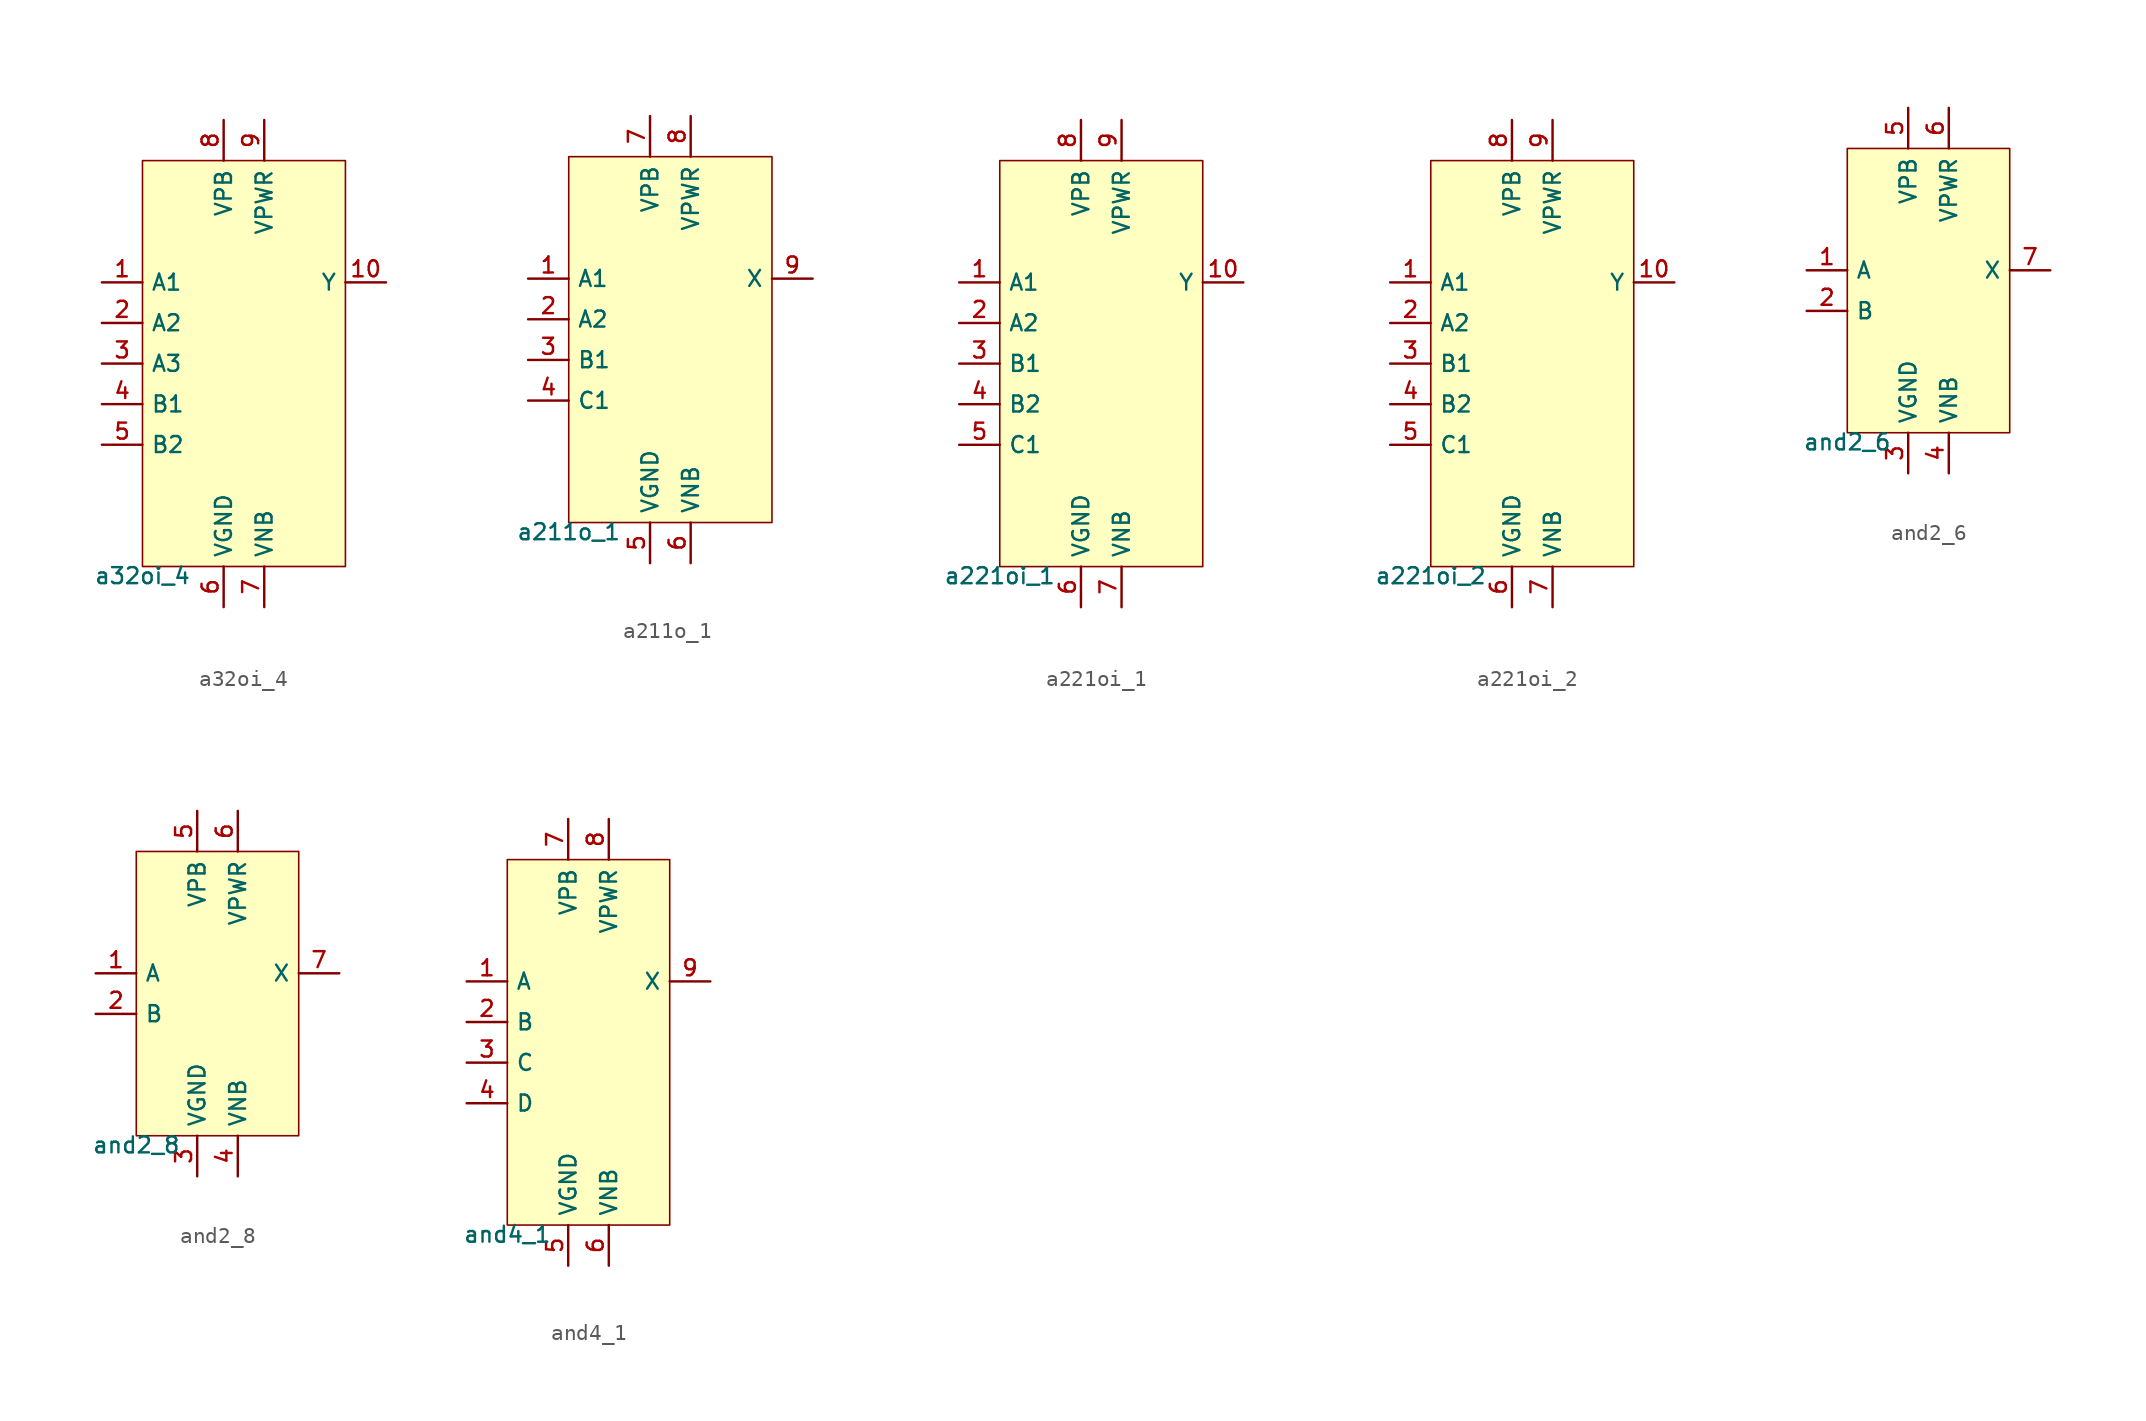
<source format=kicad_sym>
(kicad_symbol_lib
  (version 20211014)
  (generator pdk2kicad)
  (symbol "a32oi_4"
    (property "Reference" "X"
      (at 0 0 0)
      (effects (font (size 1 1)) hide))
    (property "Value" "a32oi_4"
      (at -6.35 -12.7 0)
      (effects (font (size 1 1)) (justify top)))
    (rectangle
      (start -6.35 -12.7)
      (end 6.35 12.7)
      (stroke (width 0.1) (type solid) (color 0 0 0 0))
      (fill (type background)))
    (pin input line
      (at -8.89 5.08 0)
      (length 2.54)
      (name "A1" (effects (font (size 1 1)) hide))
      (number "1" (effects (font (size 1 1)) hide)))
    (pin input line
      (at -8.89 2.54 0)
      (length 2.54)
      (name "A2" (effects (font (size 1 1)) hide))
      (number "2" (effects (font (size 1 1)) hide)))
    (pin input line
      (at -8.89 -8.881784197001252e-16 0)
      (length 2.54)
      (name "A3" (effects (font (size 1 1)) hide))
      (number "3" (effects (font (size 1 1)) hide)))
    (pin input line
      (at -8.89 -2.54 0)
      (length 2.54)
      (name "B1" (effects (font (size 1 1)) hide))
      (number "4" (effects (font (size 1 1)) hide)))
    (pin input line
      (at -8.89 -5.08 0)
      (length 2.54)
      (name "B2" (effects (font (size 1 1)) hide))
      (number "5" (effects (font (size 1 1)) hide)))
    (pin power_in line
      (at -1.27 -15.24 90)
      (length 2.54)
      (name "VGND" (effects (font (size 1 1)) hide))
      (number "6" (effects (font (size 1 1)) hide)))
    (pin power_in line
      (at 1.27 -15.24 90)
      (length 2.54)
      (name "VNB" (effects (font (size 1 1)) hide))
      (number "7" (effects (font (size 1 1)) hide)))
    (pin power_in line
      (at -1.27 15.24 270)
      (length 2.54)
      (name "VPB" (effects (font (size 1 1)) hide))
      (number "8" (effects (font (size 1 1)) hide)))
    (pin power_in line
      (at 1.27 15.24 270)
      (length 2.54)
      (name "VPWR" (effects (font (size 1 1)) hide))
      (number "9" (effects (font (size 1 1)) hide)))
    (pin output line
      (at 8.89 5.08 180)
      (length 2.54)
      (name "Y" (effects (font (size 1 1)) hide))
      (number "10" (effects (font (size 1 1)) hide))))
  (symbol "a211o_1"
    (property "Reference" "X"
      (at 0 0 0)
      (effects (font (size 1 1)) hide))
    (property "Value" "a211o_1"
      (at -6.35 -11.43 0)
      (effects (font (size 1 1)) (justify top)))
    (rectangle
      (start -6.35 -11.43)
      (end 6.35 11.43)
      (stroke (width 0.1) (type solid) (color 0 0 0 0))
      (fill (type background)))
    (pin input line
      (at -8.89 3.81 0)
      (length 2.54)
      (name "A1" (effects (font (size 1 1)) hide))
      (number "1" (effects (font (size 1 1)) hide)))
    (pin input line
      (at -8.89 1.27 0)
      (length 2.54)
      (name "A2" (effects (font (size 1 1)) hide))
      (number "2" (effects (font (size 1 1)) hide)))
    (pin input line
      (at -8.89 -1.27 0)
      (length 2.54)
      (name "B1" (effects (font (size 1 1)) hide))
      (number "3" (effects (font (size 1 1)) hide)))
    (pin input line
      (at -8.89 -3.81 0)
      (length 2.54)
      (name "C1" (effects (font (size 1 1)) hide))
      (number "4" (effects (font (size 1 1)) hide)))
    (pin power_in line
      (at -1.27 -13.97 90)
      (length 2.54)
      (name "VGND" (effects (font (size 1 1)) hide))
      (number "5" (effects (font (size 1 1)) hide)))
    (pin power_in line
      (at 1.27 -13.97 90)
      (length 2.54)
      (name "VNB" (effects (font (size 1 1)) hide))
      (number "6" (effects (font (size 1 1)) hide)))
    (pin power_in line
      (at -1.27 13.97 270)
      (length 2.54)
      (name "VPB" (effects (font (size 1 1)) hide))
      (number "7" (effects (font (size 1 1)) hide)))
    (pin power_in line
      (at 1.27 13.97 270)
      (length 2.54)
      (name "VPWR" (effects (font (size 1 1)) hide))
      (number "8" (effects (font (size 1 1)) hide)))
    (pin output line
      (at 8.89 3.81 180)
      (length 2.54)
      (name "X" (effects (font (size 1 1)) hide))
      (number "9" (effects (font (size 1 1)) hide))))
  (symbol "a221oi_1"
    (property "Reference" "X"
      (at 0 0 0)
      (effects (font (size 1 1)) hide))
    (property "Value" "a221oi_1"
      (at -6.35 -12.7 0)
      (effects (font (size 1 1)) (justify top)))
    (rectangle
      (start -6.35 -12.7)
      (end 6.35 12.7)
      (stroke (width 0.1) (type solid) (color 0 0 0 0))
      (fill (type background)))
    (pin input line
      (at -8.89 5.08 0)
      (length 2.54)
      (name "A1" (effects (font (size 1 1)) hide))
      (number "1" (effects (font (size 1 1)) hide)))
    (pin input line
      (at -8.89 2.54 0)
      (length 2.54)
      (name "A2" (effects (font (size 1 1)) hide))
      (number "2" (effects (font (size 1 1)) hide)))
    (pin input line
      (at -8.89 -8.881784197001252e-16 0)
      (length 2.54)
      (name "B1" (effects (font (size 1 1)) hide))
      (number "3" (effects (font (size 1 1)) hide)))
    (pin input line
      (at -8.89 -2.54 0)
      (length 2.54)
      (name "B2" (effects (font (size 1 1)) hide))
      (number "4" (effects (font (size 1 1)) hide)))
    (pin input line
      (at -8.89 -5.08 0)
      (length 2.54)
      (name "C1" (effects (font (size 1 1)) hide))
      (number "5" (effects (font (size 1 1)) hide)))
    (pin power_in line
      (at -1.27 -15.24 90)
      (length 2.54)
      (name "VGND" (effects (font (size 1 1)) hide))
      (number "6" (effects (font (size 1 1)) hide)))
    (pin power_in line
      (at 1.27 -15.24 90)
      (length 2.54)
      (name "VNB" (effects (font (size 1 1)) hide))
      (number "7" (effects (font (size 1 1)) hide)))
    (pin power_in line
      (at -1.27 15.24 270)
      (length 2.54)
      (name "VPB" (effects (font (size 1 1)) hide))
      (number "8" (effects (font (size 1 1)) hide)))
    (pin power_in line
      (at 1.27 15.24 270)
      (length 2.54)
      (name "VPWR" (effects (font (size 1 1)) hide))
      (number "9" (effects (font (size 1 1)) hide)))
    (pin output line
      (at 8.89 5.08 180)
      (length 2.54)
      (name "Y" (effects (font (size 1 1)) hide))
      (number "10" (effects (font (size 1 1)) hide))))
  (symbol "a221oi_2"
    (property "Reference" "X"
      (at 0 0 0)
      (effects (font (size 1 1)) hide))
    (property "Value" "a221oi_2"
      (at -6.35 -12.7 0)
      (effects (font (size 1 1)) (justify top)))
    (rectangle
      (start -6.35 -12.7)
      (end 6.35 12.7)
      (stroke (width 0.1) (type solid) (color 0 0 0 0))
      (fill (type background)))
    (pin input line
      (at -8.89 5.08 0)
      (length 2.54)
      (name "A1" (effects (font (size 1 1)) hide))
      (number "1" (effects (font (size 1 1)) hide)))
    (pin input line
      (at -8.89 2.54 0)
      (length 2.54)
      (name "A2" (effects (font (size 1 1)) hide))
      (number "2" (effects (font (size 1 1)) hide)))
    (pin input line
      (at -8.89 -8.881784197001252e-16 0)
      (length 2.54)
      (name "B1" (effects (font (size 1 1)) hide))
      (number "3" (effects (font (size 1 1)) hide)))
    (pin input line
      (at -8.89 -2.54 0)
      (length 2.54)
      (name "B2" (effects (font (size 1 1)) hide))
      (number "4" (effects (font (size 1 1)) hide)))
    (pin input line
      (at -8.89 -5.08 0)
      (length 2.54)
      (name "C1" (effects (font (size 1 1)) hide))
      (number "5" (effects (font (size 1 1)) hide)))
    (pin power_in line
      (at -1.27 -15.24 90)
      (length 2.54)
      (name "VGND" (effects (font (size 1 1)) hide))
      (number "6" (effects (font (size 1 1)) hide)))
    (pin power_in line
      (at 1.27 -15.24 90)
      (length 2.54)
      (name "VNB" (effects (font (size 1 1)) hide))
      (number "7" (effects (font (size 1 1)) hide)))
    (pin power_in line
      (at -1.27 15.24 270)
      (length 2.54)
      (name "VPB" (effects (font (size 1 1)) hide))
      (number "8" (effects (font (size 1 1)) hide)))
    (pin power_in line
      (at 1.27 15.24 270)
      (length 2.54)
      (name "VPWR" (effects (font (size 1 1)) hide))
      (number "9" (effects (font (size 1 1)) hide)))
    (pin output line
      (at 8.89 5.08 180)
      (length 2.54)
      (name "Y" (effects (font (size 1 1)) hide))
      (number "10" (effects (font (size 1 1)) hide))))
  (symbol "and2_6"
    (property "Reference" "X"
      (at 0 0 0)
      (effects (font (size 1 1)) hide))
    (property "Value" "and2_6"
      (at -5.08 -8.89 0)
      (effects (font (size 1 1)) (justify top)))
    (rectangle
      (start -5.08 -8.89)
      (end 5.08 8.89)
      (stroke (width 0.1) (type solid) (color 0 0 0 0))
      (fill (type background)))
    (pin input line
      (at -7.62 1.27 0)
      (length 2.54)
      (name "A" (effects (font (size 1 1)) hide))
      (number "1" (effects (font (size 1 1)) hide)))
    (pin input line
      (at -7.62 -1.27 0)
      (length 2.54)
      (name "B" (effects (font (size 1 1)) hide))
      (number "2" (effects (font (size 1 1)) hide)))
    (pin power_in line
      (at -1.27 -11.43 90)
      (length 2.54)
      (name "VGND" (effects (font (size 1 1)) hide))
      (number "3" (effects (font (size 1 1)) hide)))
    (pin power_in line
      (at 1.27 -11.43 90)
      (length 2.54)
      (name "VNB" (effects (font (size 1 1)) hide))
      (number "4" (effects (font (size 1 1)) hide)))
    (pin power_in line
      (at -1.27 11.43 270)
      (length 2.54)
      (name "VPB" (effects (font (size 1 1)) hide))
      (number "5" (effects (font (size 1 1)) hide)))
    (pin power_in line
      (at 1.27 11.43 270)
      (length 2.54)
      (name "VPWR" (effects (font (size 1 1)) hide))
      (number "6" (effects (font (size 1 1)) hide)))
    (pin output line
      (at 7.62 1.27 180)
      (length 2.54)
      (name "X" (effects (font (size 1 1)) hide))
      (number "7" (effects (font (size 1 1)) hide))))
  (symbol "and2_8"
    (property "Reference" "X"
      (at 0 0 0)
      (effects (font (size 1 1)) hide))
    (property "Value" "and2_8"
      (at -5.08 -8.89 0)
      (effects (font (size 1 1)) (justify top)))
    (rectangle
      (start -5.08 -8.89)
      (end 5.08 8.89)
      (stroke (width 0.1) (type solid) (color 0 0 0 0))
      (fill (type background)))
    (pin input line
      (at -7.62 1.27 0)
      (length 2.54)
      (name "A" (effects (font (size 1 1)) hide))
      (number "1" (effects (font (size 1 1)) hide)))
    (pin input line
      (at -7.62 -1.27 0)
      (length 2.54)
      (name "B" (effects (font (size 1 1)) hide))
      (number "2" (effects (font (size 1 1)) hide)))
    (pin power_in line
      (at -1.27 -11.43 90)
      (length 2.54)
      (name "VGND" (effects (font (size 1 1)) hide))
      (number "3" (effects (font (size 1 1)) hide)))
    (pin power_in line
      (at 1.27 -11.43 90)
      (length 2.54)
      (name "VNB" (effects (font (size 1 1)) hide))
      (number "4" (effects (font (size 1 1)) hide)))
    (pin power_in line
      (at -1.27 11.43 270)
      (length 2.54)
      (name "VPB" (effects (font (size 1 1)) hide))
      (number "5" (effects (font (size 1 1)) hide)))
    (pin power_in line
      (at 1.27 11.43 270)
      (length 2.54)
      (name "VPWR" (effects (font (size 1 1)) hide))
      (number "6" (effects (font (size 1 1)) hide)))
    (pin output line
      (at 7.62 1.27 180)
      (length 2.54)
      (name "X" (effects (font (size 1 1)) hide))
      (number "7" (effects (font (size 1 1)) hide))))
  (symbol "and4_1"
    (property "Reference" "X"
      (at 0 0 0)
      (effects (font (size 1 1)) hide))
    (property "Value" "and4_1"
      (at -5.08 -11.43 0)
      (effects (font (size 1 1)) (justify top)))
    (rectangle
      (start -5.08 -11.43)
      (end 5.08 11.43)
      (stroke (width 0.1) (type solid) (color 0 0 0 0))
      (fill (type background)))
    (pin input line
      (at -7.62 3.81 0)
      (length 2.54)
      (name "A" (effects (font (size 1 1)) hide))
      (number "1" (effects (font (size 1 1)) hide)))
    (pin input line
      (at -7.62 1.27 0)
      (length 2.54)
      (name "B" (effects (font (size 1 1)) hide))
      (number "2" (effects (font (size 1 1)) hide)))
    (pin input line
      (at -7.62 -1.27 0)
      (length 2.54)
      (name "C" (effects (font (size 1 1)) hide))
      (number "3" (effects (font (size 1 1)) hide)))
    (pin input line
      (at -7.62 -3.81 0)
      (length 2.54)
      (name "D" (effects (font (size 1 1)) hide))
      (number "4" (effects (font (size 1 1)) hide)))
    (pin power_in line
      (at -1.27 -13.97 90)
      (length 2.54)
      (name "VGND" (effects (font (size 1 1)) hide))
      (number "5" (effects (font (size 1 1)) hide)))
    (pin power_in line
      (at 1.27 -13.97 90)
      (length 2.54)
      (name "VNB" (effects (font (size 1 1)) hide))
      (number "6" (effects (font (size 1 1)) hide)))
    (pin power_in line
      (at -1.27 13.97 270)
      (length 2.54)
      (name "VPB" (effects (font (size 1 1)) hide))
      (number "7" (effects (font (size 1 1)) hide)))
    (pin power_in line
      (at 1.27 13.97 270)
      (length 2.54)
      (name "VPWR" (effects (font (size 1 1)) hide))
      (number "8" (effects (font (size 1 1)) hide)))
    (pin output line
      (at 7.62 3.81 180)
      (length 2.54)
      (name "X" (effects (font (size 1 1)) hide))
      (number "9" (effects (font (size 1 1)) hide)))))
</source>
